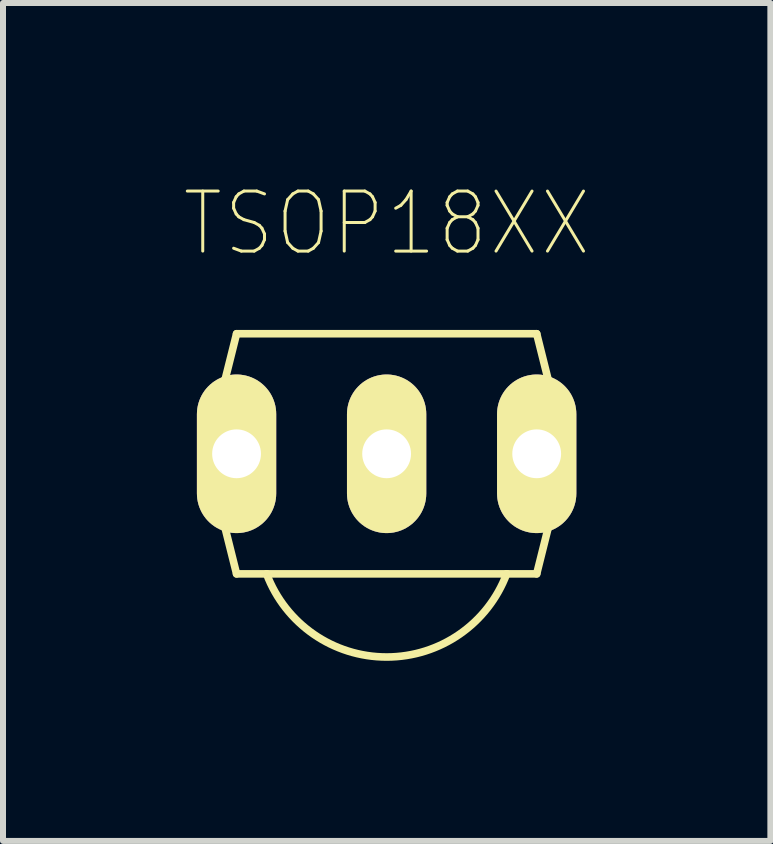
<source format=kicad_pcb>
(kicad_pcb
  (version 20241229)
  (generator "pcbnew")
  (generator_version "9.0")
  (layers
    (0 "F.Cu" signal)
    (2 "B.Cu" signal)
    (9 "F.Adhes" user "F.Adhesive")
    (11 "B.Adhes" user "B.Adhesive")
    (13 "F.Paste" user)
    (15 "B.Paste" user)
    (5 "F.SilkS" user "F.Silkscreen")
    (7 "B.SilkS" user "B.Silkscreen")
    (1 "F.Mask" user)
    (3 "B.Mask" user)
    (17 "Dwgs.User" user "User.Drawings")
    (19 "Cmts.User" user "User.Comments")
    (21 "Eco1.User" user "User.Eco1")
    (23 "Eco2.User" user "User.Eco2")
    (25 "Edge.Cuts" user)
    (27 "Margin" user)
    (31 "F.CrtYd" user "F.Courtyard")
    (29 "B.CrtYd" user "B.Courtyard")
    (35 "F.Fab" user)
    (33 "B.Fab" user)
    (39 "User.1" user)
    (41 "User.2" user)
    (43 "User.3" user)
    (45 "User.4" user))
  (footprint "TSOP18XX"
    (layer "F.Cu")
    (at 3.392 4.483)
    (property "Reference" "TSOP18XX" (at 0 -3.81 0) (layer "F.SilkS") (effects (font (size 1 0.9) (thickness 0.05))))
    (attr through_hole)
    (fp_line (start -3.001 0.027) (end -2.501 -1.973) (stroke (width 0.127) (type solid)) (layer "F.SilkS"))
    (fp_line (start -2.501 -1.973) (end 2.499 -1.973) (stroke (width 0.127) (type solid)) (layer "F.SilkS"))
    (fp_line (start -2.501 2.027) (end -3.001 0.027) (stroke (width 0.127) (type solid)) (layer "F.SilkS"))
    (fp_line (start -2.001 2.027) (end -2.501 2.027) (stroke (width 0.127) (type solid)) (layer "F.SilkS"))
    (fp_line (start 1.999 2.027) (end -2.001 2.027) (stroke (width 0.127) (type solid)) (layer "F.SilkS"))
    (fp_line (start 2.499 -1.973) (end 2.999 0.027) (stroke (width 0.127) (type solid)) (layer "F.SilkS"))
    (fp_line (start 2.499 2.027) (end 1.999 2.027) (stroke (width 0.127) (type solid)) (layer "F.SilkS"))
    (fp_line (start 2.999 0.027) (end 2.499 2.027) (stroke (width 0.127) (type solid)) (layer "F.SilkS"))
    (fp_arc (start 1.9988 2.0266) (mid 0.000439 3.4126) (end -2.000047 2.029668) (stroke (width 0.127) (type solid)) (layer "F.SilkS"))
    (pad "GND" thru_hole oval (at -2.501 0.027 90) (size 2.642 1.321) (drill 0.813) (layers "*.Cu" "*.Mask" "F.SilkS"))
    (pad "OUT" thru_hole oval (at -0.001 0.027 90) (size 2.642 1.321) (drill 0.813) (layers "*.Cu" "*.Mask" "F.SilkS"))
    (pad "VCC" thru_hole oval (at 2.499 0.027 90) (size 2.642 1.321) (drill 0.813) (layers "*.Cu" "*.Mask" "F.SilkS")))
  (gr_rect
    (start -3 -3)
    (end 9.784 10.959)
    (stroke (width 0.1) (type default))
    (fill no)
    (layer "Edge.Cuts")))
</source>
